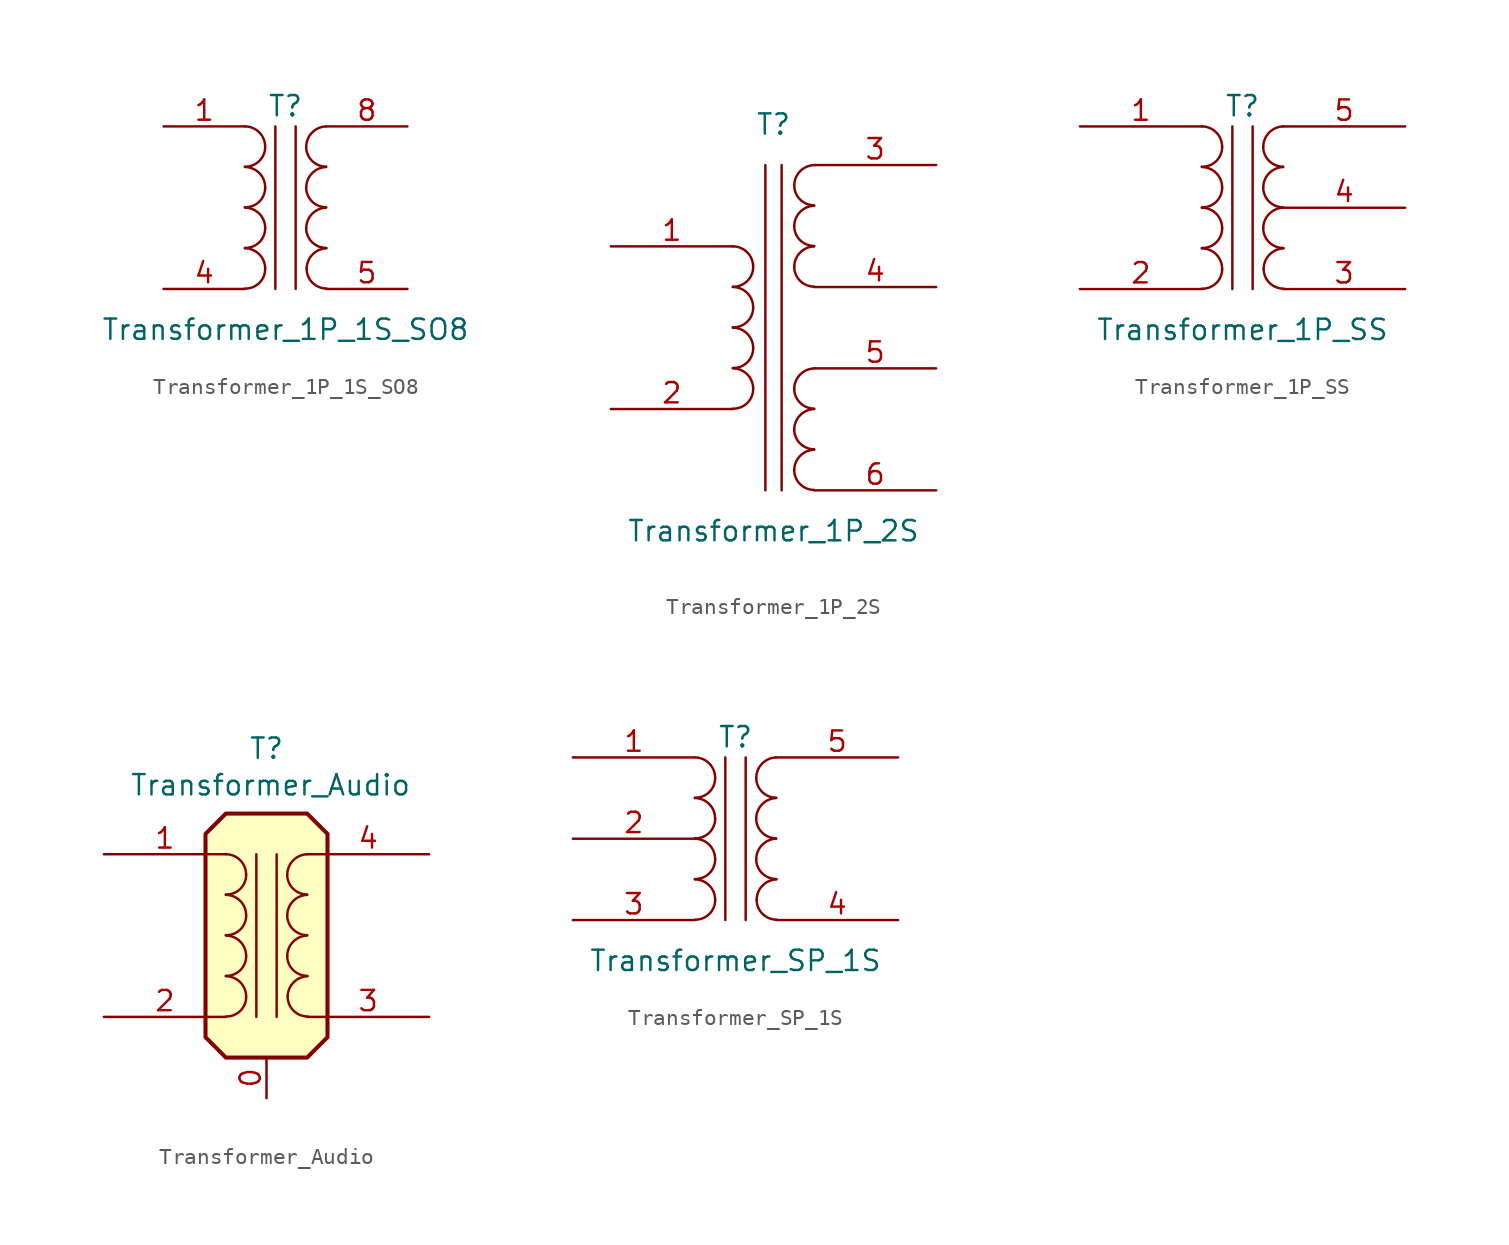
<source format=kicad_sym>
(kicad_symbol_lib
  (version 20241209)
  (generator "kicad_symbol_editor")
  (generator_version "9.0")
  (symbol "Transformer_1P_1S_SO8"
    (pin_names
      (offset 1.016)
      (hide yes))
    (property "Reference" "T"
      (at 0 6.35 0)
      (effects (font (size 1.27 1.27))))
    (property "Value" "Transformer_1P_1S_SO8"
      (at 0 -7.62 0)
      (effects (font (size 1.27 1.27))))
    (symbol "Transformer_1P_1S_SO8_0_1"
      (arc (start -2.54 5.08) (mid -1.642 4.708) (end -1.27 3.81) (stroke (width 0) (type solid)) (fill (type none)))
      (arc (start -1.27 3.81) (mid -1.642 2.912) (end -2.54 2.5654) (stroke (width 0) (type solid)) (fill (type none)))
      (arc (start -2.54 2.54) (mid -1.642 2.168) (end -1.27 1.27) (stroke (width 0) (type solid)) (fill (type none)))
      (arc (start -1.27 1.27) (mid -1.642 0.372) (end -2.54 0.0254) (stroke (width 0) (type solid)) (fill (type none)))
      (arc (start -2.54 0) (mid -1.642 -0.372) (end -1.27 -1.27) (stroke (width 0) (type solid)) (fill (type none)))
      (arc (start -1.27 -1.27) (mid -1.642 -2.168) (end -2.54 -2.5146) (stroke (width 0) (type solid)) (fill (type none)))
      (arc (start -2.54 -2.54) (mid -1.642 -2.912) (end -1.27 -3.81) (stroke (width 0) (type solid)) (fill (type none)))
      (arc (start -1.27 -3.81) (mid -1.642 -4.708) (end -2.54 -5.0546) (stroke (width 0) (type solid)) (fill (type none)))
      (polyline (pts (xy -0.635 5.08) (xy -0.635 -5.08)) (stroke (width 0) (type solid)) (fill (type none)))
      (polyline (pts (xy 0.635 -5.08) (xy 0.635 5.08)) (stroke (width 0) (type solid)) (fill (type none)))
      (arc (start 1.2954 3.81) (mid 1.6599 4.6901) (end 2.54 5.08) (stroke (width 0) (type solid)) (fill (type none)))
      (arc (start 2.54 2.5654) (mid 1.6599 2.9299) (end 1.2954 3.81) (stroke (width 0) (type solid)) (fill (type none)))
      (arc (start 1.2954 1.27) (mid 1.6599 2.1501) (end 2.54 2.54) (stroke (width 0) (type solid)) (fill (type none)))
      (arc (start 2.54 0.0254) (mid 1.6599 0.3899) (end 1.2954 1.27) (stroke (width 0) (type solid)) (fill (type none)))
      (arc (start 1.2954 -1.27) (mid 1.6599 -0.3899) (end 2.54 0) (stroke (width 0) (type solid)) (fill (type none)))
      (arc (start 2.54 -2.5146) (mid 1.6599 -2.1501) (end 1.2954 -1.27) (stroke (width 0) (type solid)) (fill (type none)))
      (arc (start 1.3208 -3.81) (mid 1.6853 -2.9299) (end 2.5654 -2.54) (stroke (width 0) (type solid)) (fill (type none)))
      (arc (start 2.5654 -5.0546) (mid 1.6853 -4.6901) (end 1.3208 -3.81) (stroke (width 0) (type solid)) (fill (type none))))
    (symbol "Transformer_1P_1S_SO8_1_1"
      (pin passive line (at -7.62 5.08 0) (length 5.08) (name "AA" (effects (font (size 1.27 1.27)))) (number "1" (effects (font (size 1.27 1.27)))))
      (pin passive line (at -7.62 -5.08 0) (length 5.08) (name "AB" (effects (font (size 1.27 1.27)))) (number "4" (effects (font (size 1.27 1.27)))))
      (pin passive line (at 7.62 5.08 180) (length 5.08) (name "SB" (effects (font (size 1.27 1.27)))) (number "8" (effects (font (size 1.27 1.27)))))
      (pin passive line (at 7.62 -5.08 180) (length 5.08) (name "SA" (effects (font (size 1.27 1.27)))) (number "5" (effects (font (size 1.27 1.27)))))))
  (symbol "Transformer_1P_2S"
    (pin_names
      (offset 1.016)
      (hide yes))
    (property "Reference" "T"
      (at 0 12.7 0)
      (effects (font (size 1.27 1.27))))
    (property "Value" "Transformer_1P_2S"
      (at 0 -12.7 0)
      (effects (font (size 1.27 1.27))))
    (symbol "Transformer_1P_2S_0_1"
      (arc (start -2.54 5.08) (mid -1.642 4.708) (end -1.27 3.81) (stroke (width 0) (type solid)) (fill (type none)))
      (arc (start -1.27 3.81) (mid -1.642 2.912) (end -2.54 2.5654) (stroke (width 0) (type solid)) (fill (type none)))
      (arc (start -2.54 2.54) (mid -1.642 2.168) (end -1.27 1.27) (stroke (width 0) (type solid)) (fill (type none)))
      (arc (start -1.27 1.27) (mid -1.642 0.372) (end -2.54 0.0254) (stroke (width 0) (type solid)) (fill (type none)))
      (arc (start -2.54 0) (mid -1.642 -0.372) (end -1.27 -1.27) (stroke (width 0) (type solid)) (fill (type none)))
      (arc (start -1.27 -1.27) (mid -1.642 -2.168) (end -2.54 -2.5146) (stroke (width 0) (type solid)) (fill (type none)))
      (arc (start -2.54 -2.54) (mid -1.642 -2.912) (end -1.27 -3.81) (stroke (width 0) (type solid)) (fill (type none)))
      (arc (start -1.27 -3.81) (mid -1.642 -4.708) (end -2.54 -5.0546) (stroke (width 0) (type solid)) (fill (type none)))
      (polyline (pts (xy -0.508 -10.16) (xy -0.508 10.16)) (stroke (width 0) (type solid)) (fill (type none)))
      (polyline (pts (xy 0.508 10.16) (xy 0.508 -10.16)) (stroke (width 0) (type solid)) (fill (type none)))
      (arc (start 1.2954 8.89) (mid 1.6599 9.7701) (end 2.54 10.16) (stroke (width 0) (type solid)) (fill (type none)))
      (arc (start 2.54 7.6454) (mid 1.6599 8.0099) (end 1.2954 8.89) (stroke (width 0) (type solid)) (fill (type none)))
      (arc (start 1.2954 6.35) (mid 1.6599 7.2301) (end 2.54 7.62) (stroke (width 0) (type solid)) (fill (type none)))
      (arc (start 2.54 5.1054) (mid 1.6599 5.4699) (end 1.2954 6.35) (stroke (width 0) (type solid)) (fill (type none)))
      (arc (start 1.2954 3.81) (mid 1.6599 4.6901) (end 2.54 5.08) (stroke (width 0) (type solid)) (fill (type none)))
      (arc (start 2.54 2.5654) (mid 1.6599 2.9299) (end 1.2954 3.81) (stroke (width 0) (type solid)) (fill (type none)))
      (arc (start 1.2954 -3.81) (mid 1.6599 -2.9299) (end 2.54 -2.54) (stroke (width 0) (type solid)) (fill (type none)))
      (arc (start 2.54 -5.0546) (mid 1.6599 -4.6901) (end 1.2954 -3.81) (stroke (width 0) (type solid)) (fill (type none)))
      (arc (start 1.2954 -6.35) (mid 1.6599 -5.4699) (end 2.54 -5.08) (stroke (width 0) (type solid)) (fill (type none)))
      (arc (start 2.54 -7.5946) (mid 1.6599 -7.2301) (end 1.2954 -6.35) (stroke (width 0) (type solid)) (fill (type none)))
      (arc (start 1.2954 -8.89) (mid 1.6599 -8.0099) (end 2.54 -7.62) (stroke (width 0) (type solid)) (fill (type none)))
      (arc (start 2.54 -10.1346) (mid 1.6599 -9.7701) (end 1.2954 -8.89) (stroke (width 0) (type solid)) (fill (type none))))
    (symbol "Transformer_1P_2S_1_1"
      (pin passive line (at -10.16 5.08 0) (length 7.62) (name "AA" (effects (font (size 1.27 1.27)))) (number "1" (effects (font (size 1.27 1.27)))))
      (pin passive line (at -10.16 -5.08 0) (length 7.62) (name "AB" (effects (font (size 1.27 1.27)))) (number "2" (effects (font (size 1.27 1.27)))))
      (pin passive line (at 10.16 10.16 180) (length 7.62) (name "SA" (effects (font (size 1.27 1.27)))) (number "3" (effects (font (size 1.27 1.27)))))
      (pin passive line (at 10.16 2.54 180) (length 7.62) (name "SB" (effects (font (size 1.27 1.27)))) (number "4" (effects (font (size 1.27 1.27)))))
      (pin passive line (at 10.16 -2.54 180) (length 7.62) (name "SC" (effects (font (size 1.27 1.27)))) (number "5" (effects (font (size 1.27 1.27)))))
      (pin passive line (at 10.16 -10.16 180) (length 7.62) (name "SD" (effects (font (size 1.27 1.27)))) (number "6" (effects (font (size 1.27 1.27)))))))
  (symbol "Transformer_1P_SS"
    (pin_names
      (offset 1.016)
      (hide yes))
    (property "Reference" "T"
      (at 0 6.35 0)
      (effects (font (size 1.27 1.27))))
    (property "Value" "Transformer_1P_SS"
      (at 0 -7.62 0)
      (effects (font (size 1.27 1.27))))
    (symbol "Transformer_1P_SS_0_1"
      (arc (start -2.54 5.08) (mid -1.642 4.708) (end -1.27 3.81) (stroke (width 0) (type solid)) (fill (type none)))
      (arc (start -1.27 3.81) (mid -1.642 2.912) (end -2.54 2.5654) (stroke (width 0) (type solid)) (fill (type none)))
      (arc (start -2.54 2.54) (mid -1.642 2.168) (end -1.27 1.27) (stroke (width 0) (type solid)) (fill (type none)))
      (arc (start -1.27 1.27) (mid -1.642 0.372) (end -2.54 0.0254) (stroke (width 0) (type solid)) (fill (type none)))
      (arc (start -2.54 0) (mid -1.642 -0.372) (end -1.27 -1.27) (stroke (width 0) (type solid)) (fill (type none)))
      (arc (start -1.27 -1.27) (mid -1.642 -2.168) (end -2.54 -2.5146) (stroke (width 0) (type solid)) (fill (type none)))
      (arc (start -2.54 -2.54) (mid -1.642 -2.912) (end -1.27 -3.81) (stroke (width 0) (type solid)) (fill (type none)))
      (arc (start -1.27 -3.81) (mid -1.642 -4.708) (end -2.54 -5.0546) (stroke (width 0) (type solid)) (fill (type none)))
      (polyline (pts (xy -0.635 5.08) (xy -0.635 -5.08)) (stroke (width 0) (type solid)) (fill (type none)))
      (polyline (pts (xy 0.635 -5.08) (xy 0.635 5.08)) (stroke (width 0) (type solid)) (fill (type none)))
      (arc (start 1.2954 3.81) (mid 1.6599 4.6901) (end 2.54 5.08) (stroke (width 0) (type solid)) (fill (type none)))
      (arc (start 2.54 2.5654) (mid 1.6599 2.9299) (end 1.2954 3.81) (stroke (width 0) (type solid)) (fill (type none)))
      (arc (start 1.2954 1.27) (mid 1.6599 2.1501) (end 2.54 2.54) (stroke (width 0) (type solid)) (fill (type none)))
      (arc (start 2.54 0.0254) (mid 1.6599 0.3899) (end 1.2954 1.27) (stroke (width 0) (type solid)) (fill (type none)))
      (arc (start 1.2954 -1.27) (mid 1.6599 -0.3899) (end 2.54 0) (stroke (width 0) (type solid)) (fill (type none)))
      (arc (start 2.54 -2.5146) (mid 1.6599 -2.1501) (end 1.2954 -1.27) (stroke (width 0) (type solid)) (fill (type none)))
      (arc (start 1.3208 -3.81) (mid 1.6853 -2.9299) (end 2.5654 -2.54) (stroke (width 0) (type solid)) (fill (type none)))
      (arc (start 2.5654 -5.0546) (mid 1.6853 -4.6901) (end 1.3208 -3.81) (stroke (width 0) (type solid)) (fill (type none))))
    (symbol "Transformer_1P_SS_1_1"
      (pin passive line (at -10.16 5.08 0) (length 7.62) (name "AA" (effects (font (size 1.27 1.27)))) (number "1" (effects (font (size 1.27 1.27)))))
      (pin passive line (at -10.16 -5.08 0) (length 7.62) (name "AB" (effects (font (size 1.27 1.27)))) (number "2" (effects (font (size 1.27 1.27)))))
      (pin passive line (at 10.16 5.08 180) (length 7.62) (name "SB" (effects (font (size 1.27 1.27)))) (number "5" (effects (font (size 1.27 1.27)))))
      (pin passive line (at 10.16 0 180) (length 7.62) (name "SC" (effects (font (size 1.27 1.27)))) (number "4" (effects (font (size 1.27 1.27)))))
      (pin passive line (at 10.16 -5.08 180) (length 7.62) (name "SA" (effects (font (size 1.27 1.27)))) (number "3" (effects (font (size 1.27 1.27)))))))
  (symbol "Transformer_Audio"
    (pin_names
      (offset 1.016)
      (hide yes))
    (property "Reference" "T"
      (at 0 11.684 0)
      (effects (font (size 1.27 1.27))))
    (property "Value" "Transformer_Audio"
      (at 0.254 9.398 0)
      (effects (font (size 1.27 1.27))))
    (symbol "Transformer_Audio_0_1"
      (polyline (pts (xy -3.81 6.35) (xy -2.54 7.62) (xy 2.54 7.62) (xy 3.81 6.35) (xy 3.81 -6.35) (xy 2.54 -7.62) (xy -2.54 -7.62) (xy -3.81 -6.35) (xy -3.81 6.35)) (stroke (width 0.254) (type solid)) (fill (type background)))
      (arc (start -2.54 5.08) (mid -1.642 4.708) (end -1.27 3.81) (stroke (width 0) (type solid)) (fill (type none)))
      (arc (start -1.27 3.81) (mid -1.642 2.912) (end -2.54 2.5654) (stroke (width 0) (type solid)) (fill (type none)))
      (arc (start -2.54 2.54) (mid -1.642 2.168) (end -1.27 1.27) (stroke (width 0) (type solid)) (fill (type none)))
      (arc (start -1.27 1.27) (mid -1.642 0.372) (end -2.54 0.0254) (stroke (width 0) (type solid)) (fill (type none)))
      (arc (start -2.54 0) (mid -1.642 -0.372) (end -1.27 -1.27) (stroke (width 0) (type solid)) (fill (type none)))
      (arc (start -1.27 -1.27) (mid -1.642 -2.168) (end -2.54 -2.5146) (stroke (width 0) (type solid)) (fill (type none)))
      (arc (start -2.54 -2.54) (mid -1.642 -2.912) (end -1.27 -3.81) (stroke (width 0) (type solid)) (fill (type none)))
      (arc (start -1.27 -3.81) (mid -1.642 -4.708) (end -2.54 -5.0546) (stroke (width 0) (type solid)) (fill (type none)))
      (polyline (pts (xy -0.635 5.08) (xy -0.635 -5.08)) (stroke (width 0) (type solid)) (fill (type none)))
      (polyline (pts (xy 0.635 -5.08) (xy 0.635 5.08)) (stroke (width 0) (type solid)) (fill (type none)))
      (arc (start 1.2954 3.81) (mid 1.6599 4.6901) (end 2.54 5.08) (stroke (width 0) (type solid)) (fill (type none)))
      (arc (start 2.54 2.5654) (mid 1.6599 2.9299) (end 1.2954 3.81) (stroke (width 0) (type solid)) (fill (type none)))
      (arc (start 1.2954 1.27) (mid 1.6599 2.1501) (end 2.54 2.54) (stroke (width 0) (type solid)) (fill (type none)))
      (arc (start 2.54 0.0254) (mid 1.6599 0.3899) (end 1.2954 1.27) (stroke (width 0) (type solid)) (fill (type none)))
      (arc (start 1.2954 -1.27) (mid 1.6599 -0.3899) (end 2.54 0) (stroke (width 0) (type solid)) (fill (type none)))
      (arc (start 2.54 -2.5146) (mid 1.6599 -2.1501) (end 1.2954 -1.27) (stroke (width 0) (type solid)) (fill (type none)))
      (arc (start 1.3208 -3.81) (mid 1.6853 -2.9299) (end 2.5654 -2.54) (stroke (width 0) (type solid)) (fill (type none)))
      (arc (start 2.5654 -5.0546) (mid 1.6853 -4.6901) (end 1.3208 -3.81) (stroke (width 0) (type solid)) (fill (type none))))
    (symbol "Transformer_Audio_1_1"
      (pin passive line (at -10.16 5.08 0) (length 7.62) (name "AA" (effects (font (size 1.27 1.27)))) (number "1" (effects (font (size 1.27 1.27)))))
      (pin passive line (at -10.16 -5.08 0) (length 7.62) (name "AB" (effects (font (size 1.27 1.27)))) (number "2" (effects (font (size 1.27 1.27)))))
      (pin input line (at 0 -10.16 90) (length 2.54) (name "~" (effects (font (size 1.27 1.27)))) (number "0" (effects (font (size 1.27 1.27)))))
      (pin passive line (at 10.16 5.08 180) (length 7.62) (name "SB" (effects (font (size 1.27 1.27)))) (number "4" (effects (font (size 1.27 1.27)))))
      (pin passive line (at 10.16 -5.08 180) (length 7.62) (name "SA" (effects (font (size 1.27 1.27)))) (number "3" (effects (font (size 1.27 1.27)))))))
  (symbol "Transformer_SP_1S"
    (pin_names
      (offset 1.016)
      (hide yes))
    (property "Reference" "T"
      (at 0 6.35 0)
      (effects (font (size 1.27 1.27))))
    (property "Value" "Transformer_SP_1S"
      (at 0 -7.62 0)
      (effects (font (size 1.27 1.27))))
    (symbol "Transformer_SP_1S_0_1"
      (arc (start -2.54 5.08) (mid -1.642 4.708) (end -1.27 3.81) (stroke (width 0) (type solid)) (fill (type none)))
      (arc (start -1.27 3.81) (mid -1.642 2.912) (end -2.54 2.5654) (stroke (width 0) (type solid)) (fill (type none)))
      (arc (start -2.54 2.54) (mid -1.642 2.168) (end -1.27 1.27) (stroke (width 0) (type solid)) (fill (type none)))
      (arc (start -1.27 1.27) (mid -1.642 0.372) (end -2.54 0.0254) (stroke (width 0) (type solid)) (fill (type none)))
      (arc (start -2.54 0) (mid -1.642 -0.372) (end -1.27 -1.27) (stroke (width 0) (type solid)) (fill (type none)))
      (arc (start -1.27 -1.27) (mid -1.642 -2.168) (end -2.54 -2.5146) (stroke (width 0) (type solid)) (fill (type none)))
      (arc (start -2.54 -2.54) (mid -1.642 -2.912) (end -1.27 -3.81) (stroke (width 0) (type solid)) (fill (type none)))
      (arc (start -1.27 -3.81) (mid -1.642 -4.708) (end -2.54 -5.0546) (stroke (width 0) (type solid)) (fill (type none)))
      (polyline (pts (xy -0.635 5.08) (xy -0.635 -5.08)) (stroke (width 0) (type solid)) (fill (type none)))
      (polyline (pts (xy 0.635 -5.08) (xy 0.635 5.08)) (stroke (width 0) (type solid)) (fill (type none)))
      (arc (start 1.2954 3.81) (mid 1.6599 4.6901) (end 2.54 5.08) (stroke (width 0) (type solid)) (fill (type none)))
      (arc (start 2.54 2.5654) (mid 1.6599 2.9299) (end 1.2954 3.81) (stroke (width 0) (type solid)) (fill (type none)))
      (arc (start 1.2954 1.27) (mid 1.6599 2.1501) (end 2.54 2.54) (stroke (width 0) (type solid)) (fill (type none)))
      (arc (start 2.54 0.0254) (mid 1.6599 0.3899) (end 1.2954 1.27) (stroke (width 0) (type solid)) (fill (type none)))
      (arc (start 1.2954 -1.27) (mid 1.6599 -0.3899) (end 2.54 0) (stroke (width 0) (type solid)) (fill (type none)))
      (arc (start 2.54 -2.5146) (mid 1.6599 -2.1501) (end 1.2954 -1.27) (stroke (width 0) (type solid)) (fill (type none)))
      (arc (start 1.3208 -3.81) (mid 1.6853 -2.9299) (end 2.5654 -2.54) (stroke (width 0) (type solid)) (fill (type none)))
      (arc (start 2.5654 -5.0546) (mid 1.6853 -4.6901) (end 1.3208 -3.81) (stroke (width 0) (type solid)) (fill (type none))))
    (symbol "Transformer_SP_1S_1_1"
      (pin passive line (at -10.16 5.08 0) (length 7.62) (name "PR1" (effects (font (size 1.27 1.27)))) (number "1" (effects (font (size 1.27 1.27)))))
      (pin passive line (at -10.16 0 0) (length 7.62) (name "PM" (effects (font (size 1.27 1.27)))) (number "2" (effects (font (size 1.27 1.27)))))
      (pin passive line (at -10.16 -5.08 0) (length 7.62) (name "PR2" (effects (font (size 1.27 1.27)))) (number "3" (effects (font (size 1.27 1.27)))))
      (pin passive line (at 10.16 5.08 180) (length 7.62) (name "S2" (effects (font (size 1.27 1.27)))) (number "5" (effects (font (size 1.27 1.27)))))
      (pin passive line (at 10.16 -5.08 180) (length 7.62) (name "S1" (effects (font (size 1.27 1.27)))) (number "4" (effects (font (size 1.27 1.27))))))))
</source>
